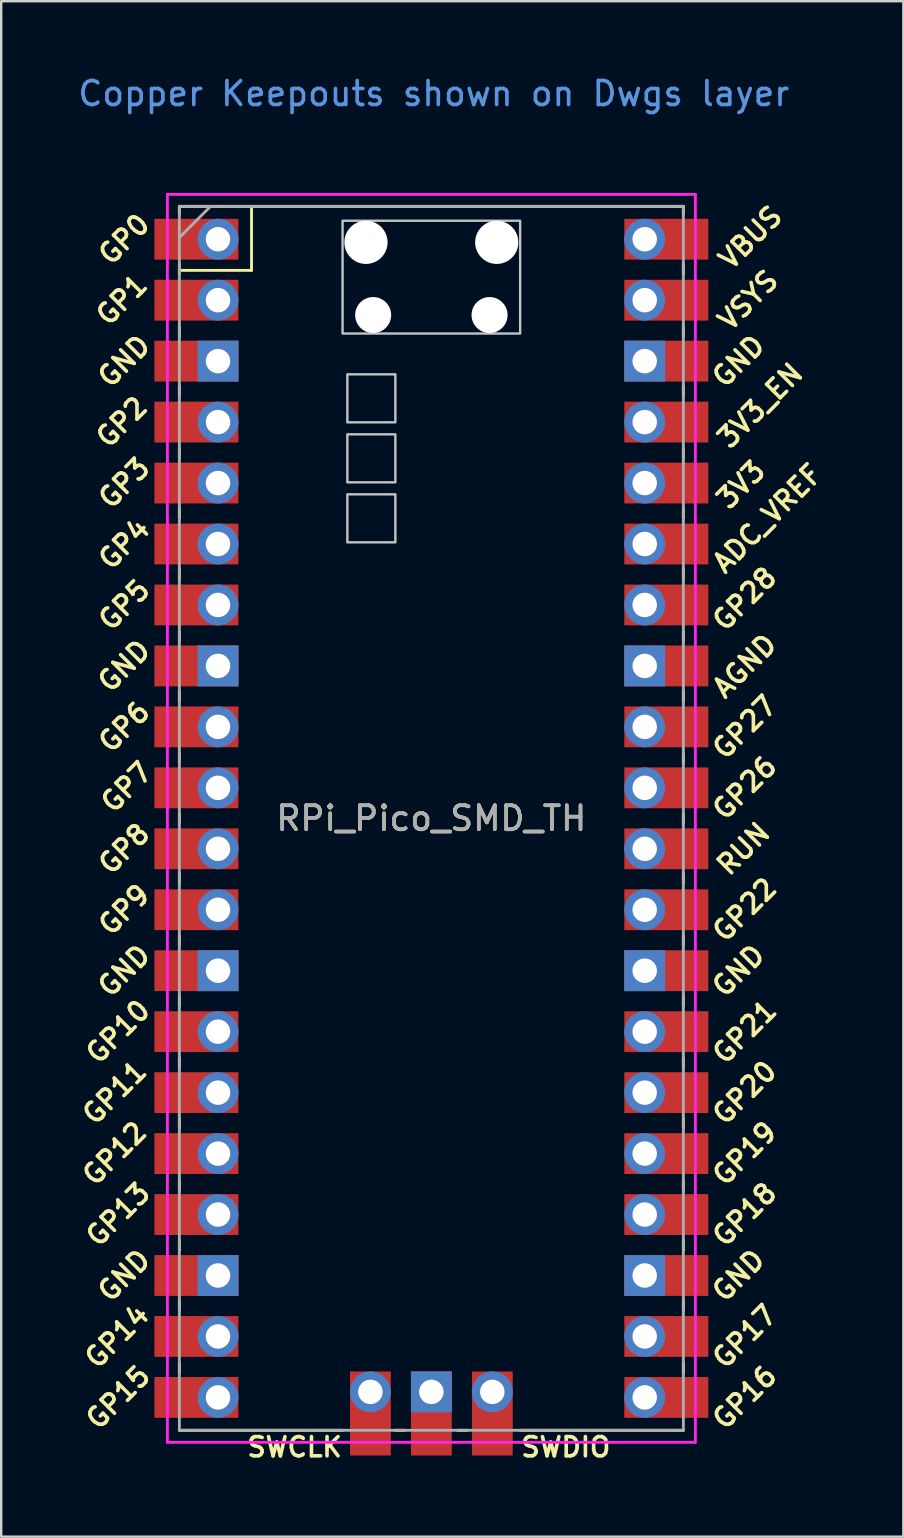
<source format=kicad_pcb>
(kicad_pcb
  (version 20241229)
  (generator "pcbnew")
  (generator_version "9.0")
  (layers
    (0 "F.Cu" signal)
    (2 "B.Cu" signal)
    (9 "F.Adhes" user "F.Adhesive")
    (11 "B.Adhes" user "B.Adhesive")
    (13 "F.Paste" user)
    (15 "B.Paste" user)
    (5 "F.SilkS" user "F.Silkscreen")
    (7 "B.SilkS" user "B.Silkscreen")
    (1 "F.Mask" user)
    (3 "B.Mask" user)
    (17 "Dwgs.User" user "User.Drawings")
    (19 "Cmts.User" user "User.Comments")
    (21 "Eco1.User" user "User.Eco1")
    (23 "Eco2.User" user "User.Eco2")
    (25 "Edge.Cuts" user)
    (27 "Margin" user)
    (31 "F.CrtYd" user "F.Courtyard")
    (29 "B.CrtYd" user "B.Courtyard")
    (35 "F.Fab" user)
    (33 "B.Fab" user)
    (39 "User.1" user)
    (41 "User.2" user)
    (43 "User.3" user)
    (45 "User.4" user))
  (footprint "RPi_Pico_SMD_TH"
    (layer "F.Cu")
    (at 14.924 31.048)
    (property "Reference" "RPi_Pico_SMD_TH" (at 0 0 0) (layer "F.SilkS") (effects (font (size 1 1) (thickness 0.15))))
    (attr through_hole)
    (fp_line (start -10.5 -25.5) (end -10.5 -25.2) (stroke (width 0.12) (type solid)) (layer "F.SilkS"))
    (fp_line (start -10.5 -25.5) (end 10.5 -25.5) (stroke (width 0.12) (type solid)) (layer "F.SilkS"))
    (fp_line (start -10.5 -23.1) (end -10.5 -22.7) (stroke (width 0.12) (type solid)) (layer "F.SilkS"))
    (fp_line (start -10.5 -22.833) (end -7.493 -22.833) (stroke (width 0.12) (type solid)) (layer "F.SilkS"))
    (fp_line (start -10.5 -20.5) (end -10.5 -20.1) (stroke (width 0.12) (type solid)) (layer "F.SilkS"))
    (fp_line (start -10.5 -18) (end -10.5 -17.6) (stroke (width 0.12) (type solid)) (layer "F.SilkS"))
    (fp_line (start -10.5 -15.4) (end -10.5 -15) (stroke (width 0.12) (type solid)) (layer "F.SilkS"))
    (fp_line (start -10.5 -12.9) (end -10.5 -12.5) (stroke (width 0.12) (type solid)) (layer "F.SilkS"))
    (fp_line (start -10.5 -10.4) (end -10.5 -10) (stroke (width 0.12) (type solid)) (layer "F.SilkS"))
    (fp_line (start -10.5 -7.8) (end -10.5 -7.4) (stroke (width 0.12) (type solid)) (layer "F.SilkS"))
    (fp_line (start -10.5 -5.3) (end -10.5 -4.9) (stroke (width 0.12) (type solid)) (layer "F.SilkS"))
    (fp_line (start -10.5 -2.7) (end -10.5 -2.3) (stroke (width 0.12) (type solid)) (layer "F.SilkS"))
    (fp_line (start -10.5 -0.2) (end -10.5 0.2) (stroke (width 0.12) (type solid)) (layer "F.SilkS"))
    (fp_line (start -10.5 2.3) (end -10.5 2.7) (stroke (width 0.12) (type solid)) (layer "F.SilkS"))
    (fp_line (start -10.5 4.9) (end -10.5 5.3) (stroke (width 0.12) (type solid)) (layer "F.SilkS"))
    (fp_line (start -10.5 7.4) (end -10.5 7.8) (stroke (width 0.12) (type solid)) (layer "F.SilkS"))
    (fp_line (start -10.5 10) (end -10.5 10.4) (stroke (width 0.12) (type solid)) (layer "F.SilkS"))
    (fp_line (start -10.5 12.5) (end -10.5 12.9) (stroke (width 0.12) (type solid)) (layer "F.SilkS"))
    (fp_line (start -10.5 15.1) (end -10.5 15.5) (stroke (width 0.12) (type solid)) (layer "F.SilkS"))
    (fp_line (start -10.5 17.6) (end -10.5 18) (stroke (width 0.12) (type solid)) (layer "F.SilkS"))
    (fp_line (start -10.5 20.1) (end -10.5 20.5) (stroke (width 0.12) (type solid)) (layer "F.SilkS"))
    (fp_line (start -10.5 22.7) (end -10.5 23.1) (stroke (width 0.12) (type solid)) (layer "F.SilkS"))
    (fp_line (start -7.493 -22.833) (end -7.493 -25.5) (stroke (width 0.12) (type solid)) (layer "F.SilkS"))
    (fp_line (start -3.7 25.5) (end -10.5 25.5) (stroke (width 0.12) (type solid)) (layer "F.SilkS"))
    (fp_line (start -1.5 25.5) (end -1.1 25.5) (stroke (width 0.12) (type solid)) (layer "F.SilkS"))
    (fp_line (start 1.1 25.5) (end 1.5 25.5) (stroke (width 0.12) (type solid)) (layer "F.SilkS"))
    (fp_line (start 10.5 -25.5) (end 10.5 -25.2) (stroke (width 0.12) (type solid)) (layer "F.SilkS"))
    (fp_line (start 10.5 -23.1) (end 10.5 -22.7) (stroke (width 0.12) (type solid)) (layer "F.SilkS"))
    (fp_line (start 10.5 -20.5) (end 10.5 -20.1) (stroke (width 0.12) (type solid)) (layer "F.SilkS"))
    (fp_line (start 10.5 -18) (end 10.5 -17.6) (stroke (width 0.12) (type solid)) (layer "F.SilkS"))
    (fp_line (start 10.5 -15.4) (end 10.5 -15) (stroke (width 0.12) (type solid)) (layer "F.SilkS"))
    (fp_line (start 10.5 -12.9) (end 10.5 -12.5) (stroke (width 0.12) (type solid)) (layer "F.SilkS"))
    (fp_line (start 10.5 -10.4) (end 10.5 -10) (stroke (width 0.12) (type solid)) (layer "F.SilkS"))
    (fp_line (start 10.5 -7.8) (end 10.5 -7.4) (stroke (width 0.12) (type solid)) (layer "F.SilkS"))
    (fp_line (start 10.5 -5.3) (end 10.5 -4.9) (stroke (width 0.12) (type solid)) (layer "F.SilkS"))
    (fp_line (start 10.5 -2.7) (end 10.5 -2.3) (stroke (width 0.12) (type solid)) (layer "F.SilkS"))
    (fp_line (start 10.5 -0.2) (end 10.5 0.2) (stroke (width 0.12) (type solid)) (layer "F.SilkS"))
    (fp_line (start 10.5 2.3) (end 10.5 2.7) (stroke (width 0.12) (type solid)) (layer "F.SilkS"))
    (fp_line (start 10.5 4.9) (end 10.5 5.3) (stroke (width 0.12) (type solid)) (layer "F.SilkS"))
    (fp_line (start 10.5 7.4) (end 10.5 7.8) (stroke (width 0.12) (type solid)) (layer "F.SilkS"))
    (fp_line (start 10.5 10) (end 10.5 10.4) (stroke (width 0.12) (type solid)) (layer "F.SilkS"))
    (fp_line (start 10.5 12.5) (end 10.5 12.9) (stroke (width 0.12) (type solid)) (layer "F.SilkS"))
    (fp_line (start 10.5 15.1) (end 10.5 15.5) (stroke (width 0.12) (type solid)) (layer "F.SilkS"))
    (fp_line (start 10.5 17.6) (end 10.5 18) (stroke (width 0.12) (type solid)) (layer "F.SilkS"))
    (fp_line (start 10.5 20.1) (end 10.5 20.5) (stroke (width 0.12) (type solid)) (layer "F.SilkS"))
    (fp_line (start 10.5 22.7) (end 10.5 23.1) (stroke (width 0.12) (type solid)) (layer "F.SilkS"))
    (fp_line (start 10.5 25.5) (end 3.7 25.5) (stroke (width 0.12) (type solid)) (layer "F.SilkS"))
    (fp_poly (pts (xy -1.5 -16.5) (xy -3.5 -16.5) (xy -3.5 -18.5) (xy -1.5 -18.5)) (stroke (width 0.1) (type solid)) (fill no) (layer "Dwgs.User"))
    (fp_poly (pts (xy -1.5 -14) (xy -3.5 -14) (xy -3.5 -16) (xy -1.5 -16)) (stroke (width 0.1) (type solid)) (fill no) (layer "Dwgs.User"))
    (fp_poly (pts (xy -1.5 -11.5) (xy -3.5 -11.5) (xy -3.5 -13.5) (xy -1.5 -13.5)) (stroke (width 0.1) (type solid)) (fill no) (layer "Dwgs.User"))
    (fp_poly (pts (xy 3.7 -20.2) (xy -3.7 -20.2) (xy -3.7 -24.9) (xy 3.7 -24.9)) (stroke (width 0.1) (type solid)) (fill no) (layer "Dwgs.User"))
    (fp_line (start -11 -26) (end 11 -26) (stroke (width 0.12) (type solid)) (layer "F.CrtYd"))
    (fp_line (start -11 26) (end -11 -26) (stroke (width 0.12) (type solid)) (layer "F.CrtYd"))
    (fp_line (start 11 -26) (end 11 26) (stroke (width 0.12) (type solid)) (layer "F.CrtYd"))
    (fp_line (start 11 26) (end -11 26) (stroke (width 0.12) (type solid)) (layer "F.CrtYd"))
    (fp_line (start -10.5 -25.5) (end 10.5 -25.5) (stroke (width 0.12) (type solid)) (layer "F.Fab"))
    (fp_line (start -10.5 -24.2) (end -9.2 -25.5) (stroke (width 0.12) (type solid)) (layer "F.Fab"))
    (fp_line (start -10.5 25.5) (end -10.5 -25.5) (stroke (width 0.12) (type solid)) (layer "F.Fab"))
    (fp_line (start 10.5 -25.5) (end 10.5 25.5) (stroke (width 0.12) (type solid)) (layer "F.Fab"))
    (fp_line (start 10.5 25.5) (end -10.5 25.5) (stroke (width 0.12) (type solid)) (layer "F.Fab"))
    (fp_text user "GP6" (at -12.8 -3.81 45) (layer "F.SilkS") (effects (font (size 0.8 0.8) (thickness 0.15))))
    (fp_text user "GP2" (at -12.9 -16.51 45) (layer "F.SilkS") (effects (font (size 0.8 0.8) (thickness 0.15))))
    (fp_text user "VBUS" (at 13.3 -24.2 45) (layer "F.SilkS") (effects (font (size 0.8 0.8) (thickness 0.15))))
    (fp_text user "SWCLK" (at -5.7 26.2 0) (layer "F.SilkS") (effects (font (size 0.8 0.8) (thickness 0.15))))
    (fp_text user "GP16" (at 13.054 24.13 45) (layer "F.SilkS") (effects (font (size 0.8 0.8) (thickness 0.15))))
    (fp_text user "GP9" (at -12.8 3.81 45) (layer "F.SilkS") (effects (font (size 0.8 0.8) (thickness 0.15))))
    (fp_text user "AGND" (at 13.054 -6.35 45) (layer "F.SilkS") (effects (font (size 0.8 0.8) (thickness 0.15))))
    (fp_text user "GND" (at 12.8 19.05 45) (layer "F.SilkS") (effects (font (size 0.8 0.8) (thickness 0.15))))
    (fp_text user "GND" (at -12.8 6.35 45) (layer "F.SilkS") (effects (font (size 0.8 0.8) (thickness 0.15))))
    (fp_text user "GP0" (at -12.8 -24.13 45) (layer "F.SilkS") (effects (font (size 0.8 0.8) (thickness 0.15))))
    (fp_text user "ADC_VREF" (at 14 -12.5 45) (layer "F.SilkS") (effects (font (size 0.8 0.8) (thickness 0.15))))
    (fp_text user "GND" (at -12.8 -19.05 45) (layer "F.SilkS") (effects (font (size 0.8 0.8) (thickness 0.15))))
    (fp_text user "GP1" (at -12.9 -21.6 45) (layer "F.SilkS") (effects (font (size 0.8 0.8) (thickness 0.15))))
    (fp_text user "SWDIO" (at 5.6 26.2 0) (layer "F.SilkS") (effects (font (size 0.8 0.8) (thickness 0.15))))
    (fp_text user "GP26" (at 13.054 -1.27 45) (layer "F.SilkS") (effects (font (size 0.8 0.8) (thickness 0.15))))
    (fp_text user "GP27" (at 13.054 -3.8 45) (layer "F.SilkS") (effects (font (size 0.8 0.8) (thickness 0.15))))
    (fp_text user "GP28" (at 13.054 -9.144 45) (layer "F.SilkS") (effects (font (size 0.8 0.8) (thickness 0.15))))
    (fp_text user "VSYS" (at 13.2 -21.59 45) (layer "F.SilkS") (effects (font (size 0.8 0.8) (thickness 0.15))))
    (fp_text user "GP20" (at 13.054 11.43 45) (layer "F.SilkS") (effects (font (size 0.8 0.8) (thickness 0.15))))
    (fp_text user "GP8" (at -12.8 1.27 45) (layer "F.SilkS") (effects (font (size 0.8 0.8) (thickness 0.15))))
    (fp_text user "GND" (at -12.8 -6.35 45) (layer "F.SilkS") (effects (font (size 0.8 0.8) (thickness 0.15))))
    (fp_text user "GND" (at -12.8 19.05 45) (layer "F.SilkS") (effects (font (size 0.8 0.8) (thickness 0.15))))
    (fp_text user "GP17" (at 13.054 21.59 45) (layer "F.SilkS") (effects (font (size 0.8 0.8) (thickness 0.15))))
    (fp_text user "GP15" (at -13.054 24.13 45) (layer "F.SilkS") (effects (font (size 0.8 0.8) (thickness 0.15))))
    (fp_text user "GP14" (at -13.1 21.59 45) (layer "F.SilkS") (effects (font (size 0.8 0.8) (thickness 0.15))))
    (fp_text user "GP21" (at 13.054 8.9 45) (layer "F.SilkS") (effects (font (size 0.8 0.8) (thickness 0.15))))
    (fp_text user "GP22" (at 13.054 3.81 45) (layer "F.SilkS") (effects (font (size 0.8 0.8) (thickness 0.15))))
    (fp_text user "GP18" (at 13.054 16.51 45) (layer "F.SilkS") (effects (font (size 0.8 0.8) (thickness 0.15))))
    (fp_text user "GP5" (at -12.8 -8.89 45) (layer "F.SilkS") (effects (font (size 0.8 0.8) (thickness 0.15))))
    (fp_text user "GP4" (at -12.8 -11.43 45) (layer "F.SilkS") (effects (font (size 0.8 0.8) (thickness 0.15))))
    (fp_text user "GND" (at 12.8 6.35 45) (layer "F.SilkS") (effects (font (size 0.8 0.8) (thickness 0.15))))
    (fp_text user "GP12" (at -13.2 13.97 45) (layer "F.SilkS") (effects (font (size 0.8 0.8) (thickness 0.15))))
    (fp_text user "GP3" (at -12.8 -13.97 45) (layer "F.SilkS") (effects (font (size 0.8 0.8) (thickness 0.15))))
    (fp_text user "GP10" (at -13.054 8.89 45) (layer "F.SilkS") (effects (font (size 0.8 0.8) (thickness 0.15))))
    (fp_text user "GND" (at 12.8 -19.05 45) (layer "F.SilkS") (effects (font (size 0.8 0.8) (thickness 0.15))))
    (fp_text user "RUN" (at 13 1.27 45) (layer "F.SilkS") (effects (font (size 0.8 0.8) (thickness 0.15))))
    (fp_text user "3V3" (at 12.9 -13.9 45) (layer "F.SilkS") (effects (font (size 0.8 0.8) (thickness 0.15))))
    (fp_text user "GP19" (at 13.054 13.97 45) (layer "F.SilkS") (effects (font (size 0.8 0.8) (thickness 0.15))))
    (fp_text user "3V3_EN" (at 13.7 -17.2 45) (layer "F.SilkS") (effects (font (size 0.8 0.8) (thickness 0.15))))
    (fp_text user "GP11" (at -13.2 11.43 45) (layer "F.SilkS") (effects (font (size 0.8 0.8) (thickness 0.15))))
    (fp_text user "GP7" (at -12.7 -1.3 45) (layer "F.SilkS") (effects (font (size 0.8 0.8) (thickness 0.15))))
    (fp_text user "GP13" (at -13.054 16.51 45) (layer "F.SilkS") (effects (font (size 0.8 0.8) (thickness 0.15))))
    (fp_text user "Copper Keepouts shown on Dwgs layer" (at 0.1 -30.2 0) (layer "Cmts.User") (effects (font (size 1 1) (thickness 0.15))))
    (fp_text user "${REFERENCE}" (at 0 0 180) (layer "F.Fab") (effects (font (size 1 1) (thickness 0.15))))
    (pad "" np_thru_hole oval (at -2.725 -24) (size 1.8 1.8) (drill 1.8) (layers "*.Cu" "*.Mask"))
    (pad "" np_thru_hole oval (at -2.425 -20.97) (size 1.5 1.5) (drill 1.5) (layers "*.Cu" "*.Mask"))
    (pad "" np_thru_hole oval (at 2.425 -20.97) (size 1.5 1.5) (drill 1.5) (layers "*.Cu" "*.Mask"))
    (pad "" np_thru_hole oval (at 2.725 -24) (size 1.8 1.8) (drill 1.8) (layers "*.Cu" "*.Mask"))
    (pad "1" thru_hole oval (at -8.89 -24.13) (size 1.7 1.7) (drill 1.02) (layers "*.Cu" "*.Mask"))
    (pad "1" smd rect (at -8.89 -24.13) (size 3.5 1.7) (drill (offset -0.9 0)) (layers "F.Cu" "F.Mask"))
    (pad "2" thru_hole oval (at -8.89 -21.59) (size 1.7 1.7) (drill 1.02) (layers "*.Cu" "*.Mask"))
    (pad "2" smd rect (at -8.89 -21.59) (size 3.5 1.7) (drill (offset -0.9 0)) (layers "F.Cu" "F.Mask"))
    (pad "3" thru_hole rect (at -8.89 -19.05) (size 1.7 1.7) (drill 1.02) (layers "*.Cu" "*.Mask"))
    (pad "3" smd rect (at -8.89 -19.05) (size 3.5 1.7) (drill (offset -0.9 0)) (layers "F.Cu" "F.Mask"))
    (pad "4" thru_hole oval (at -8.89 -16.51) (size 1.7 1.7) (drill 1.02) (layers "*.Cu" "*.Mask"))
    (pad "4" smd rect (at -8.89 -16.51) (size 3.5 1.7) (drill (offset -0.9 0)) (layers "F.Cu" "F.Mask"))
    (pad "5" thru_hole oval (at -8.89 -13.97) (size 1.7 1.7) (drill 1.02) (layers "*.Cu" "*.Mask"))
    (pad "5" smd rect (at -8.89 -13.97) (size 3.5 1.7) (drill (offset -0.9 0)) (layers "F.Cu" "F.Mask"))
    (pad "6" thru_hole oval (at -8.89 -11.43) (size 1.7 1.7) (drill 1.02) (layers "*.Cu" "*.Mask"))
    (pad "6" smd rect (at -8.89 -11.43) (size 3.5 1.7) (drill (offset -0.9 0)) (layers "F.Cu" "F.Mask"))
    (pad "7" thru_hole oval (at -8.89 -8.89) (size 1.7 1.7) (drill 1.02) (layers "*.Cu" "*.Mask"))
    (pad "7" smd rect (at -8.89 -8.89) (size 3.5 1.7) (drill (offset -0.9 0)) (layers "F.Cu" "F.Mask"))
    (pad "8" thru_hole rect (at -8.89 -6.35) (size 1.7 1.7) (drill 1.02) (layers "*.Cu" "*.Mask"))
    (pad "8" smd rect (at -8.89 -6.35) (size 3.5 1.7) (drill (offset -0.9 0)) (layers "F.Cu" "F.Mask"))
    (pad "9" thru_hole oval (at -8.89 -3.81) (size 1.7 1.7) (drill 1.02) (layers "*.Cu" "*.Mask"))
    (pad "9" smd rect (at -8.89 -3.81) (size 3.5 1.7) (drill (offset -0.9 0)) (layers "F.Cu" "F.Mask"))
    (pad "10" thru_hole oval (at -8.89 -1.27) (size 1.7 1.7) (drill 1.02) (layers "*.Cu" "*.Mask"))
    (pad "10" smd rect (at -8.89 -1.27) (size 3.5 1.7) (drill (offset -0.9 0)) (layers "F.Cu" "F.Mask"))
    (pad "11" thru_hole oval (at -8.89 1.27) (size 1.7 1.7) (drill 1.02) (layers "*.Cu" "*.Mask"))
    (pad "11" smd rect (at -8.89 1.27) (size 3.5 1.7) (drill (offset -0.9 0)) (layers "F.Cu" "F.Mask"))
    (pad "12" thru_hole oval (at -8.89 3.81) (size 1.7 1.7) (drill 1.02) (layers "*.Cu" "*.Mask"))
    (pad "12" smd rect (at -8.89 3.81) (size 3.5 1.7) (drill (offset -0.9 0)) (layers "F.Cu" "F.Mask"))
    (pad "13" thru_hole rect (at -8.89 6.35) (size 1.7 1.7) (drill 1.02) (layers "*.Cu" "*.Mask"))
    (pad "13" smd rect (at -8.89 6.35) (size 3.5 1.7) (drill (offset -0.9 0)) (layers "F.Cu" "F.Mask"))
    (pad "14" thru_hole oval (at -8.89 8.89) (size 1.7 1.7) (drill 1.02) (layers "*.Cu" "*.Mask"))
    (pad "14" smd rect (at -8.89 8.89) (size 3.5 1.7) (drill (offset -0.9 0)) (layers "F.Cu" "F.Mask"))
    (pad "15" thru_hole oval (at -8.89 11.43) (size 1.7 1.7) (drill 1.02) (layers "*.Cu" "*.Mask"))
    (pad "15" smd rect (at -8.89 11.43) (size 3.5 1.7) (drill (offset -0.9 0)) (layers "F.Cu" "F.Mask"))
    (pad "16" thru_hole oval (at -8.89 13.97) (size 1.7 1.7) (drill 1.02) (layers "*.Cu" "*.Mask"))
    (pad "16" smd rect (at -8.89 13.97) (size 3.5 1.7) (drill (offset -0.9 0)) (layers "F.Cu" "F.Mask"))
    (pad "17" thru_hole oval (at -8.89 16.51) (size 1.7 1.7) (drill 1.02) (layers "*.Cu" "*.Mask"))
    (pad "17" smd rect (at -8.89 16.51) (size 3.5 1.7) (drill (offset -0.9 0)) (layers "F.Cu" "F.Mask"))
    (pad "18" thru_hole rect (at -8.89 19.05) (size 1.7 1.7) (drill 1.02) (layers "*.Cu" "*.Mask"))
    (pad "18" smd rect (at -8.89 19.05) (size 3.5 1.7) (drill (offset -0.9 0)) (layers "F.Cu" "F.Mask"))
    (pad "19" thru_hole oval (at -8.89 21.59) (size 1.7 1.7) (drill 1.02) (layers "*.Cu" "*.Mask"))
    (pad "19" smd rect (at -8.89 21.59) (size 3.5 1.7) (drill (offset -0.9 0)) (layers "F.Cu" "F.Mask"))
    (pad "20" thru_hole oval (at -8.89 24.13) (size 1.7 1.7) (drill 1.02) (layers "*.Cu" "*.Mask"))
    (pad "20" smd rect (at -8.89 24.13) (size 3.5 1.7) (drill (offset -0.9 0)) (layers "F.Cu" "F.Mask"))
    (pad "21" thru_hole oval (at 8.89 24.13) (size 1.7 1.7) (drill 1.02) (layers "*.Cu" "*.Mask"))
    (pad "21" smd rect (at 8.89 24.13) (size 3.5 1.7) (drill (offset 0.9 0)) (layers "F.Cu" "F.Mask"))
    (pad "22" thru_hole oval (at 8.89 21.59) (size 1.7 1.7) (drill 1.02) (layers "*.Cu" "*.Mask"))
    (pad "22" smd rect (at 8.89 21.59) (size 3.5 1.7) (drill (offset 0.9 0)) (layers "F.Cu" "F.Mask"))
    (pad "23" thru_hole rect (at 8.89 19.05) (size 1.7 1.7) (drill 1.02) (layers "*.Cu" "*.Mask"))
    (pad "23" smd rect (at 8.89 19.05) (size 3.5 1.7) (drill (offset 0.9 0)) (layers "F.Cu" "F.Mask"))
    (pad "24" thru_hole oval (at 8.89 16.51) (size 1.7 1.7) (drill 1.02) (layers "*.Cu" "*.Mask"))
    (pad "24" smd rect (at 8.89 16.51) (size 3.5 1.7) (drill (offset 0.9 0)) (layers "F.Cu" "F.Mask"))
    (pad "25" thru_hole oval (at 8.89 13.97) (size 1.7 1.7) (drill 1.02) (layers "*.Cu" "*.Mask"))
    (pad "25" smd rect (at 8.89 13.97) (size 3.5 1.7) (drill (offset 0.9 0)) (layers "F.Cu" "F.Mask"))
    (pad "26" thru_hole oval (at 8.89 11.43) (size 1.7 1.7) (drill 1.02) (layers "*.Cu" "*.Mask"))
    (pad "26" smd rect (at 8.89 11.43) (size 3.5 1.7) (drill (offset 0.9 0)) (layers "F.Cu" "F.Mask"))
    (pad "27" thru_hole oval (at 8.89 8.89) (size 1.7 1.7) (drill 1.02) (layers "*.Cu" "*.Mask"))
    (pad "27" smd rect (at 8.89 8.89) (size 3.5 1.7) (drill (offset 0.9 0)) (layers "F.Cu" "F.Mask"))
    (pad "28" thru_hole rect (at 8.89 6.35) (size 1.7 1.7) (drill 1.02) (layers "*.Cu" "*.Mask"))
    (pad "28" smd rect (at 8.89 6.35) (size 3.5 1.7) (drill (offset 0.9 0)) (layers "F.Cu" "F.Mask"))
    (pad "29" thru_hole oval (at 8.89 3.81) (size 1.7 1.7) (drill 1.02) (layers "*.Cu" "*.Mask"))
    (pad "29" smd rect (at 8.89 3.81) (size 3.5 1.7) (drill (offset 0.9 0)) (layers "F.Cu" "F.Mask"))
    (pad "30" thru_hole oval (at 8.89 1.27) (size 1.7 1.7) (drill 1.02) (layers "*.Cu" "*.Mask"))
    (pad "30" smd rect (at 8.89 1.27) (size 3.5 1.7) (drill (offset 0.9 0)) (layers "F.Cu" "F.Mask"))
    (pad "31" thru_hole oval (at 8.89 -1.27) (size 1.7 1.7) (drill 1.02) (layers "*.Cu" "*.Mask"))
    (pad "31" smd rect (at 8.89 -1.27) (size 3.5 1.7) (drill (offset 0.9 0)) (layers "F.Cu" "F.Mask"))
    (pad "32" thru_hole oval (at 8.89 -3.81) (size 1.7 1.7) (drill 1.02) (layers "*.Cu" "*.Mask"))
    (pad "32" smd rect (at 8.89 -3.81) (size 3.5 1.7) (drill (offset 0.9 0)) (layers "F.Cu" "F.Mask"))
    (pad "33" thru_hole rect (at 8.89 -6.35) (size 1.7 1.7) (drill 1.02) (layers "*.Cu" "*.Mask"))
    (pad "33" smd rect (at 8.89 -6.35) (size 3.5 1.7) (drill (offset 0.9 0)) (layers "F.Cu" "F.Mask"))
    (pad "34" thru_hole oval (at 8.89 -8.89) (size 1.7 1.7) (drill 1.02) (layers "*.Cu" "*.Mask"))
    (pad "34" smd rect (at 8.89 -8.89) (size 3.5 1.7) (drill (offset 0.9 0)) (layers "F.Cu" "F.Mask"))
    (pad "35" thru_hole oval (at 8.89 -11.43) (size 1.7 1.7) (drill 1.02) (layers "*.Cu" "*.Mask"))
    (pad "35" smd rect (at 8.89 -11.43) (size 3.5 1.7) (drill (offset 0.9 0)) (layers "F.Cu" "F.Mask"))
    (pad "36" thru_hole oval (at 8.89 -13.97) (size 1.7 1.7) (drill 1.02) (layers "*.Cu" "*.Mask"))
    (pad "36" smd rect (at 8.89 -13.97) (size 3.5 1.7) (drill (offset 0.9 0)) (layers "F.Cu" "F.Mask"))
    (pad "37" thru_hole oval (at 8.89 -16.51) (size 1.7 1.7) (drill 1.02) (layers "*.Cu" "*.Mask"))
    (pad "37" smd rect (at 8.89 -16.51) (size 3.5 1.7) (drill (offset 0.9 0)) (layers "F.Cu" "F.Mask"))
    (pad "38" thru_hole rect (at 8.89 -19.05) (size 1.7 1.7) (drill 1.02) (layers "*.Cu" "*.Mask"))
    (pad "38" smd rect (at 8.89 -19.05) (size 3.5 1.7) (drill (offset 0.9 0)) (layers "F.Cu" "F.Mask"))
    (pad "39" thru_hole oval (at 8.89 -21.59) (size 1.7 1.7) (drill 1.02) (layers "*.Cu" "*.Mask"))
    (pad "39" smd rect (at 8.89 -21.59) (size 3.5 1.7) (drill (offset 0.9 0)) (layers "F.Cu" "F.Mask"))
    (pad "40" thru_hole oval (at 8.89 -24.13) (size 1.7 1.7) (drill 1.02) (layers "*.Cu" "*.Mask"))
    (pad "40" smd rect (at 8.89 -24.13) (size 3.5 1.7) (drill (offset 0.9 0)) (layers "F.Cu" "F.Mask"))
    (pad "41" thru_hole oval (at -2.54 23.9) (size 1.7 1.7) (drill 1.02) (layers "*.Cu" "*.Mask"))
    (pad "41" smd rect (at -2.54 23.9 90) (size 3.5 1.7) (drill (offset -0.9 0)) (layers "F.Cu" "F.Mask"))
    (pad "42" thru_hole rect (at 0 23.9) (size 1.7 1.7) (drill 1.02) (layers "*.Cu" "*.Mask"))
    (pad "42" smd rect (at 0 23.9 90) (size 3.5 1.7) (drill (offset -0.9 0)) (layers "F.Cu" "F.Mask"))
    (pad "43" thru_hole oval (at 2.54 23.9) (size 1.7 1.7) (drill 1.02) (layers "*.Cu" "*.Mask"))
    (pad "43" smd rect (at 2.54 23.9 90) (size 3.5 1.7) (drill (offset -0.9 0)) (layers "F.Cu" "F.Mask")))
  (gr_rect
    (start -3 -3)
    (end 34.591 60.98)
    (stroke (width 0.1) (type default))
    (fill no)
    (layer "Edge.Cuts")))
</source>
